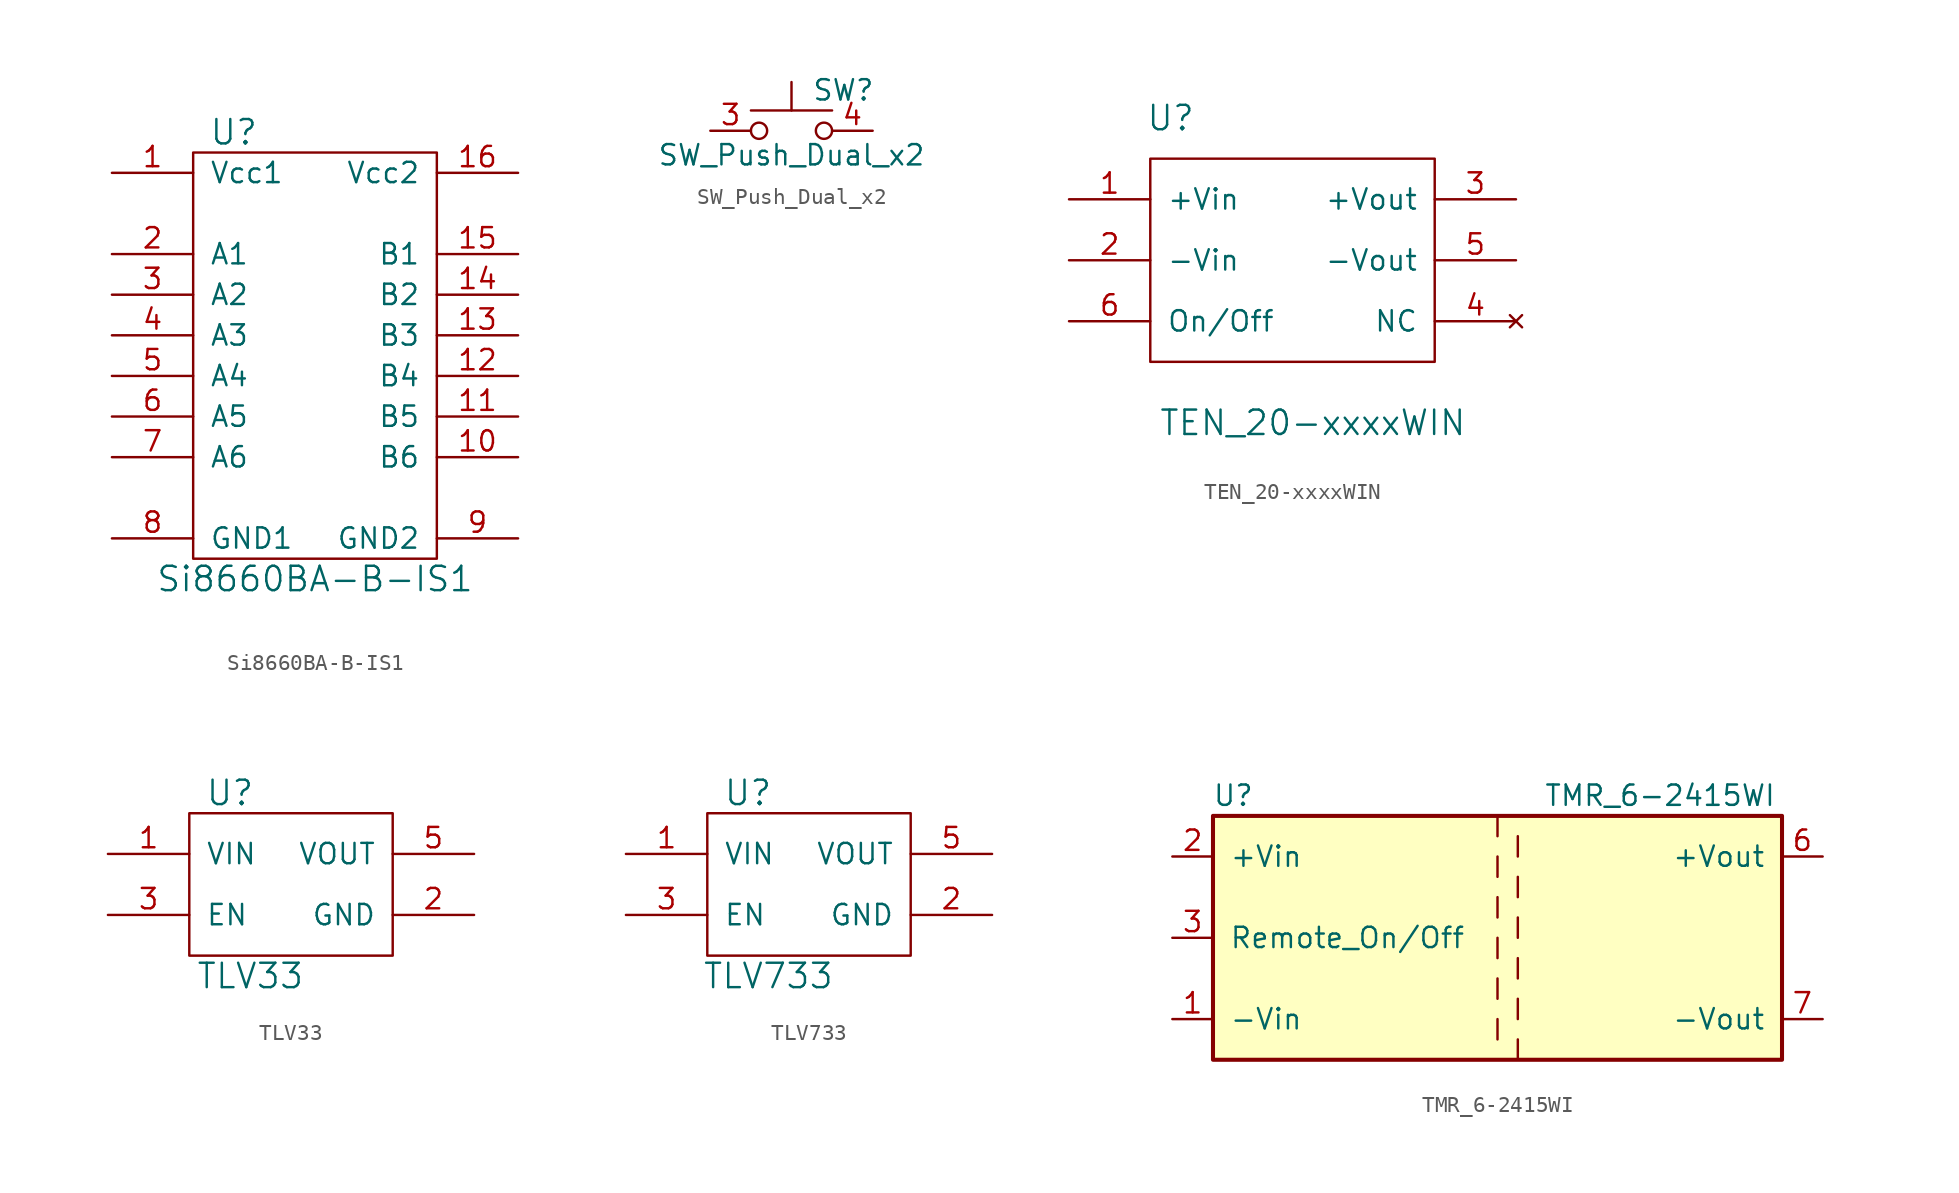
<source format=kicad_sym>
(kicad_symbol_lib
  (version 20211014)
  (generator kicad_symbol_editor)
  (symbol "Si8660BA-B-IS1"
    (pin_names
      (offset 1.016))
    (property "Reference" "U"
      (at 7.62 2.54 0)
      (effects (font (size 1.524 1.524))))
    (property "Value" "Si8660BA-B-IS1"
      (at 12.7 -25.4 0)
      (effects (font (size 1.524 1.524))))
    (symbol "Si8660BA-B-IS1_0_1"
      (rectangle (start 5.08 1.27) (end 20.32 -24.13) (stroke (width 0) (type default) (color 0 0 0 0)) (fill (type none))))
    (symbol "Si8660BA-B-IS1_1_1"
      (pin power_in line (at 0 0 0) (length 5.08) (name "Vcc1" (effects (font (size 1.27 1.27)))) (number "1" (effects (font (size 1.27 1.27)))))
      (pin output line (at 25.4 -17.78 180) (length 5.08) (name "B6" (effects (font (size 1.27 1.27)))) (number "10" (effects (font (size 1.27 1.27)))))
      (pin output line (at 25.4 -15.24 180) (length 5.08) (name "B5" (effects (font (size 1.27 1.27)))) (number "11" (effects (font (size 1.27 1.27)))))
      (pin output line (at 25.4 -12.7 180) (length 5.08) (name "B4" (effects (font (size 1.27 1.27)))) (number "12" (effects (font (size 1.27 1.27)))))
      (pin output line (at 25.4 -10.16 180) (length 5.08) (name "B3" (effects (font (size 1.27 1.27)))) (number "13" (effects (font (size 1.27 1.27)))))
      (pin output line (at 25.4 -7.62 180) (length 5.08) (name "B2" (effects (font (size 1.27 1.27)))) (number "14" (effects (font (size 1.27 1.27)))))
      (pin output line (at 25.4 -5.08 180) (length 5.08) (name "B1" (effects (font (size 1.27 1.27)))) (number "15" (effects (font (size 1.27 1.27)))))
      (pin power_in line (at 25.4 0 180) (length 5.08) (name "Vcc2" (effects (font (size 1.27 1.27)))) (number "16" (effects (font (size 1.27 1.27)))))
      (pin input line (at 0 -5.08 0) (length 5.08) (name "A1" (effects (font (size 1.27 1.27)))) (number "2" (effects (font (size 1.27 1.27)))))
      (pin input line (at 0 -7.62 0) (length 5.08) (name "A2" (effects (font (size 1.27 1.27)))) (number "3" (effects (font (size 1.27 1.27)))))
      (pin input line (at 0 -10.16 0) (length 5.08) (name "A3" (effects (font (size 1.27 1.27)))) (number "4" (effects (font (size 1.27 1.27)))))
      (pin input line (at 0 -12.7 0) (length 5.08) (name "A4" (effects (font (size 1.27 1.27)))) (number "5" (effects (font (size 1.27 1.27)))))
      (pin input line (at 0 -15.24 0) (length 5.08) (name "A5" (effects (font (size 1.27 1.27)))) (number "6" (effects (font (size 1.27 1.27)))))
      (pin input line (at 0 -17.78 0) (length 5.08) (name "A6" (effects (font (size 1.27 1.27)))) (number "7" (effects (font (size 1.27 1.27)))))
      (pin power_in line (at 0 -22.86 0) (length 5.08) (name "GND1" (effects (font (size 1.27 1.27)))) (number "8" (effects (font (size 1.27 1.27)))))
      (pin power_in line (at 25.4 -22.86 180) (length 5.08) (name "GND2" (effects (font (size 1.27 1.27)))) (number "9" (effects (font (size 1.27 1.27)))))))
  (symbol "SW_Push_Dual_x2"
    (pin_names
      (offset 1.016) hide)
    (property "Reference" "SW"
      (at 1.27 2.54 0)
      (effects (font (size 1.27 1.27)) (justify left)))
    (property "Value" "SW_Push_Dual_x2"
      (at 0 -1.524 0)
      (effects (font (size 1.27 1.27))))
    (symbol "SW_Push_Dual_x2_0_1"
      (circle (center -2.032 0) (radius 0.508) (stroke (width 0) (type default) (color 0 0 0 0)) (fill (type none)))
      (polyline (pts (xy 0 1.27) (xy 0 3.048)) (stroke (width 0) (type default) (color 0 0 0 0)) (fill (type none)))
      (polyline (pts (xy 2.54 1.27) (xy -2.54 1.27)) (stroke (width 0) (type default) (color 0 0 0 0)) (fill (type none)))
      (circle (center 2.032 0) (radius 0.508) (stroke (width 0) (type default) (color 0 0 0 0)) (fill (type none)))
      (pin passive line (at -5.08 0 0) (length 2.54) (name "A" (effects (font (size 1.27 1.27)))) (number "3" (effects (font (size 1.27 1.27)))))
      (pin passive line (at 5.08 0 180) (length 2.54) (name "B" (effects (font (size 1.27 1.27)))) (number "4" (effects (font (size 1.27 1.27)))))))
  (symbol "TEN_20-xxxxWIN"
    (pin_names
      (offset 1.016))
    (property "Reference" "U"
      (at -7.62 8.89 0)
      (effects (font (size 1.524 1.524))))
    (property "Value" "TEN_20-xxxxWIN"
      (at 1.27 -10.16 0)
      (effects (font (size 1.524 1.524))))
    (property "Footprint" ""
      (at 1.27 -2.54 0)
      (effects (font (size 1.524 1.524))))
    (property "Datasheet" ""
      (at 1.27 -2.54 0)
      (effects (font (size 1.524 1.524))))
    (symbol "TEN_20-xxxxWIN_0_1"
      (rectangle (start -8.89 6.35) (end 8.89 -6.35) (stroke (width 0) (type default) (color 0 0 0 0)) (fill (type none))))
    (symbol "TEN_20-xxxxWIN_1_1"
      (pin power_in line (at -13.97 3.81 0) (length 5.08) (name "+Vin" (effects (font (size 1.27 1.27)))) (number "1" (effects (font (size 1.27 1.27)))))
      (pin power_in line (at -13.97 0 0) (length 5.08) (name "-Vin" (effects (font (size 1.27 1.27)))) (number "2" (effects (font (size 1.27 1.27)))))
      (pin power_out line (at 13.97 3.81 180) (length 5.08) (name "+Vout" (effects (font (size 1.27 1.27)))) (number "3" (effects (font (size 1.27 1.27)))))
      (pin no_connect line (at 13.97 -3.81 180) (length 5.08) (name "NC" (effects (font (size 1.27 1.27)))) (number "4" (effects (font (size 1.27 1.27)))))
      (pin power_out line (at 13.97 0 180) (length 5.08) (name "-Vout" (effects (font (size 1.27 1.27)))) (number "5" (effects (font (size 1.27 1.27)))))
      (pin input line (at -13.97 -3.81 0) (length 5.08) (name "On/Off" (effects (font (size 1.27 1.27)))) (number "6" (effects (font (size 1.27 1.27)))))))
  (symbol "TLV33"
    (pin_names
      (offset 1.016))
    (property "Reference" "U"
      (at 2.54 1.27 0)
      (effects (font (size 1.524 1.524))))
    (property "Value" "TLV33"
      (at 3.81 -10.16 0)
      (effects (font (size 1.524 1.524))))
    (symbol "TLV33_0_1"
      (rectangle (start 0 0) (end 12.7 -8.89) (stroke (width 0) (type default) (color 0 0 0 0)) (fill (type none))))
    (symbol "TLV33_1_1"
      (pin power_in line (at -5.08 -2.54 0) (length 5.08) (name "VIN" (effects (font (size 1.27 1.27)))) (number "1" (effects (font (size 1.27 1.27)))))
      (pin power_out line (at 17.78 -6.35 180) (length 5.08) (name "GND" (effects (font (size 1.27 1.27)))) (number "2" (effects (font (size 1.27 1.27)))))
      (pin input line (at -5.08 -6.35 0) (length 5.08) (name "EN" (effects (font (size 1.27 1.27)))) (number "3" (effects (font (size 1.27 1.27)))))
      (pin power_out line (at 12.7 -5.08 180) (length 0) hide (name "NC" (effects (font (size 1.27 1.27)))) (number "4" (effects (font (size 1.27 1.27)))))
      (pin power_out line (at 17.78 -2.54 180) (length 5.08) (name "VOUT" (effects (font (size 1.27 1.27)))) (number "5" (effects (font (size 1.27 1.27)))))))
  (symbol "TLV733"
    (pin_names
      (offset 1.016))
    (property "Reference" "U"
      (at 2.54 1.27 0)
      (effects (font (size 1.524 1.524))))
    (property "Value" "TLV733"
      (at 3.81 -10.16 0)
      (effects (font (size 1.524 1.524))))
    (symbol "TLV733_0_1"
      (rectangle (start 0 0) (end 12.7 -8.89) (stroke (width 0) (type default) (color 0 0 0 0)) (fill (type none))))
    (symbol "TLV733_1_1"
      (pin power_in line (at -5.08 -2.54 0) (length 5.08) (name "VIN" (effects (font (size 1.27 1.27)))) (number "1" (effects (font (size 1.27 1.27)))))
      (pin power_out line (at 17.78 -6.35 180) (length 5.08) (name "GND" (effects (font (size 1.27 1.27)))) (number "2" (effects (font (size 1.27 1.27)))))
      (pin input line (at -5.08 -6.35 0) (length 5.08) (name "EN" (effects (font (size 1.27 1.27)))) (number "3" (effects (font (size 1.27 1.27)))))
      (pin power_out line (at 12.7 -5.08 180) (length 0) hide (name "NC" (effects (font (size 1.27 1.27)))) (number "4" (effects (font (size 1.27 1.27)))))
      (pin power_out line (at 17.78 -2.54 180) (length 5.08) (name "VOUT" (effects (font (size 1.27 1.27)))) (number "5" (effects (font (size 1.27 1.27)))))))
  (symbol "TMR_6-2415WI"
    (pin_names
      (offset 1.016))
    (property "Reference" "U"
      (at -16.51 8.89 0)
      (effects (font (size 1.27 1.27))))
    (property "Value" "TMR_6-2415WI"
      (at 10.16 8.89 0)
      (effects (font (size 1.27 1.27))))
    (symbol "TMR_6-2415WI_0_1"
      (rectangle (start -17.78 7.62) (end 17.78 -7.62) (stroke (width 0.254) (type default) (color 0 0 0 0)) (fill (type background)))
      (polyline (pts (xy 0 -5.08) (xy 0 -6.35)) (stroke (width 0) (type default) (color 0 0 0 0)) (fill (type none)))
      (polyline (pts (xy 0 -2.54) (xy 0 -3.81)) (stroke (width 0) (type default) (color 0 0 0 0)) (fill (type none)))
      (polyline (pts (xy 0 0) (xy 0 -1.27)) (stroke (width 0) (type default) (color 0 0 0 0)) (fill (type none)))
      (polyline (pts (xy 0 2.54) (xy 0 1.27)) (stroke (width 0) (type default) (color 0 0 0 0)) (fill (type none)))
      (polyline (pts (xy 0 5.08) (xy 0 3.81)) (stroke (width 0) (type default) (color 0 0 0 0)) (fill (type none)))
      (polyline (pts (xy 0 7.62) (xy 0 6.35)) (stroke (width 0) (type default) (color 0 0 0 0)) (fill (type none)))
      (polyline (pts (xy 1.27 -6.35) (xy 1.27 -7.62)) (stroke (width 0) (type default) (color 0 0 0 0)) (fill (type none)))
      (polyline (pts (xy 1.27 -3.81) (xy 1.27 -5.08)) (stroke (width 0) (type default) (color 0 0 0 0)) (fill (type none)))
      (polyline (pts (xy 1.27 -1.27) (xy 1.27 -2.54)) (stroke (width 0) (type default) (color 0 0 0 0)) (fill (type none)))
      (polyline (pts (xy 1.27 1.27) (xy 1.27 0)) (stroke (width 0) (type default) (color 0 0 0 0)) (fill (type none)))
      (polyline (pts (xy 1.27 3.81) (xy 1.27 2.54)) (stroke (width 0) (type default) (color 0 0 0 0)) (fill (type none)))
      (polyline (pts (xy 1.27 6.35) (xy 1.27 5.08)) (stroke (width 0) (type default) (color 0 0 0 0)) (fill (type none))))
    (symbol "TMR_6-2415WI_1_1"
      (pin power_in line (at -20.32 -5.08 0) (length 2.54) (name "-Vin" (effects (font (size 1.27 1.27)))) (number "1" (effects (font (size 1.27 1.27)))))
      (pin power_in line (at -20.32 5.08 0) (length 2.54) (name "+Vin" (effects (font (size 1.27 1.27)))) (number "2" (effects (font (size 1.27 1.27)))))
      (pin input line (at -20.32 0 0) (length 2.54) (name "Remote_On/Off" (effects (font (size 1.27 1.27)))) (number "3" (effects (font (size 1.27 1.27)))))
      (pin no_connect line (at 20.32 1.27 180) (length 2.54) hide (name "NC" (effects (font (size 1.27 1.27)))) (number "5" (effects (font (size 1.27 1.27)))))
      (pin power_out line (at 20.32 5.08 180) (length 2.54) (name "+Vout" (effects (font (size 1.27 1.27)))) (number "6" (effects (font (size 1.27 1.27)))))
      (pin power_out line (at 20.32 -5.08 180) (length 2.54) (name "-Vout" (effects (font (size 1.27 1.27)))) (number "7" (effects (font (size 1.27 1.27)))))
      (pin no_connect line (at 20.32 -1.27 180) (length 2.54) hide (name "NC" (effects (font (size 1.27 1.27)))) (number "8" (effects (font (size 1.27 1.27))))))))
</source>
